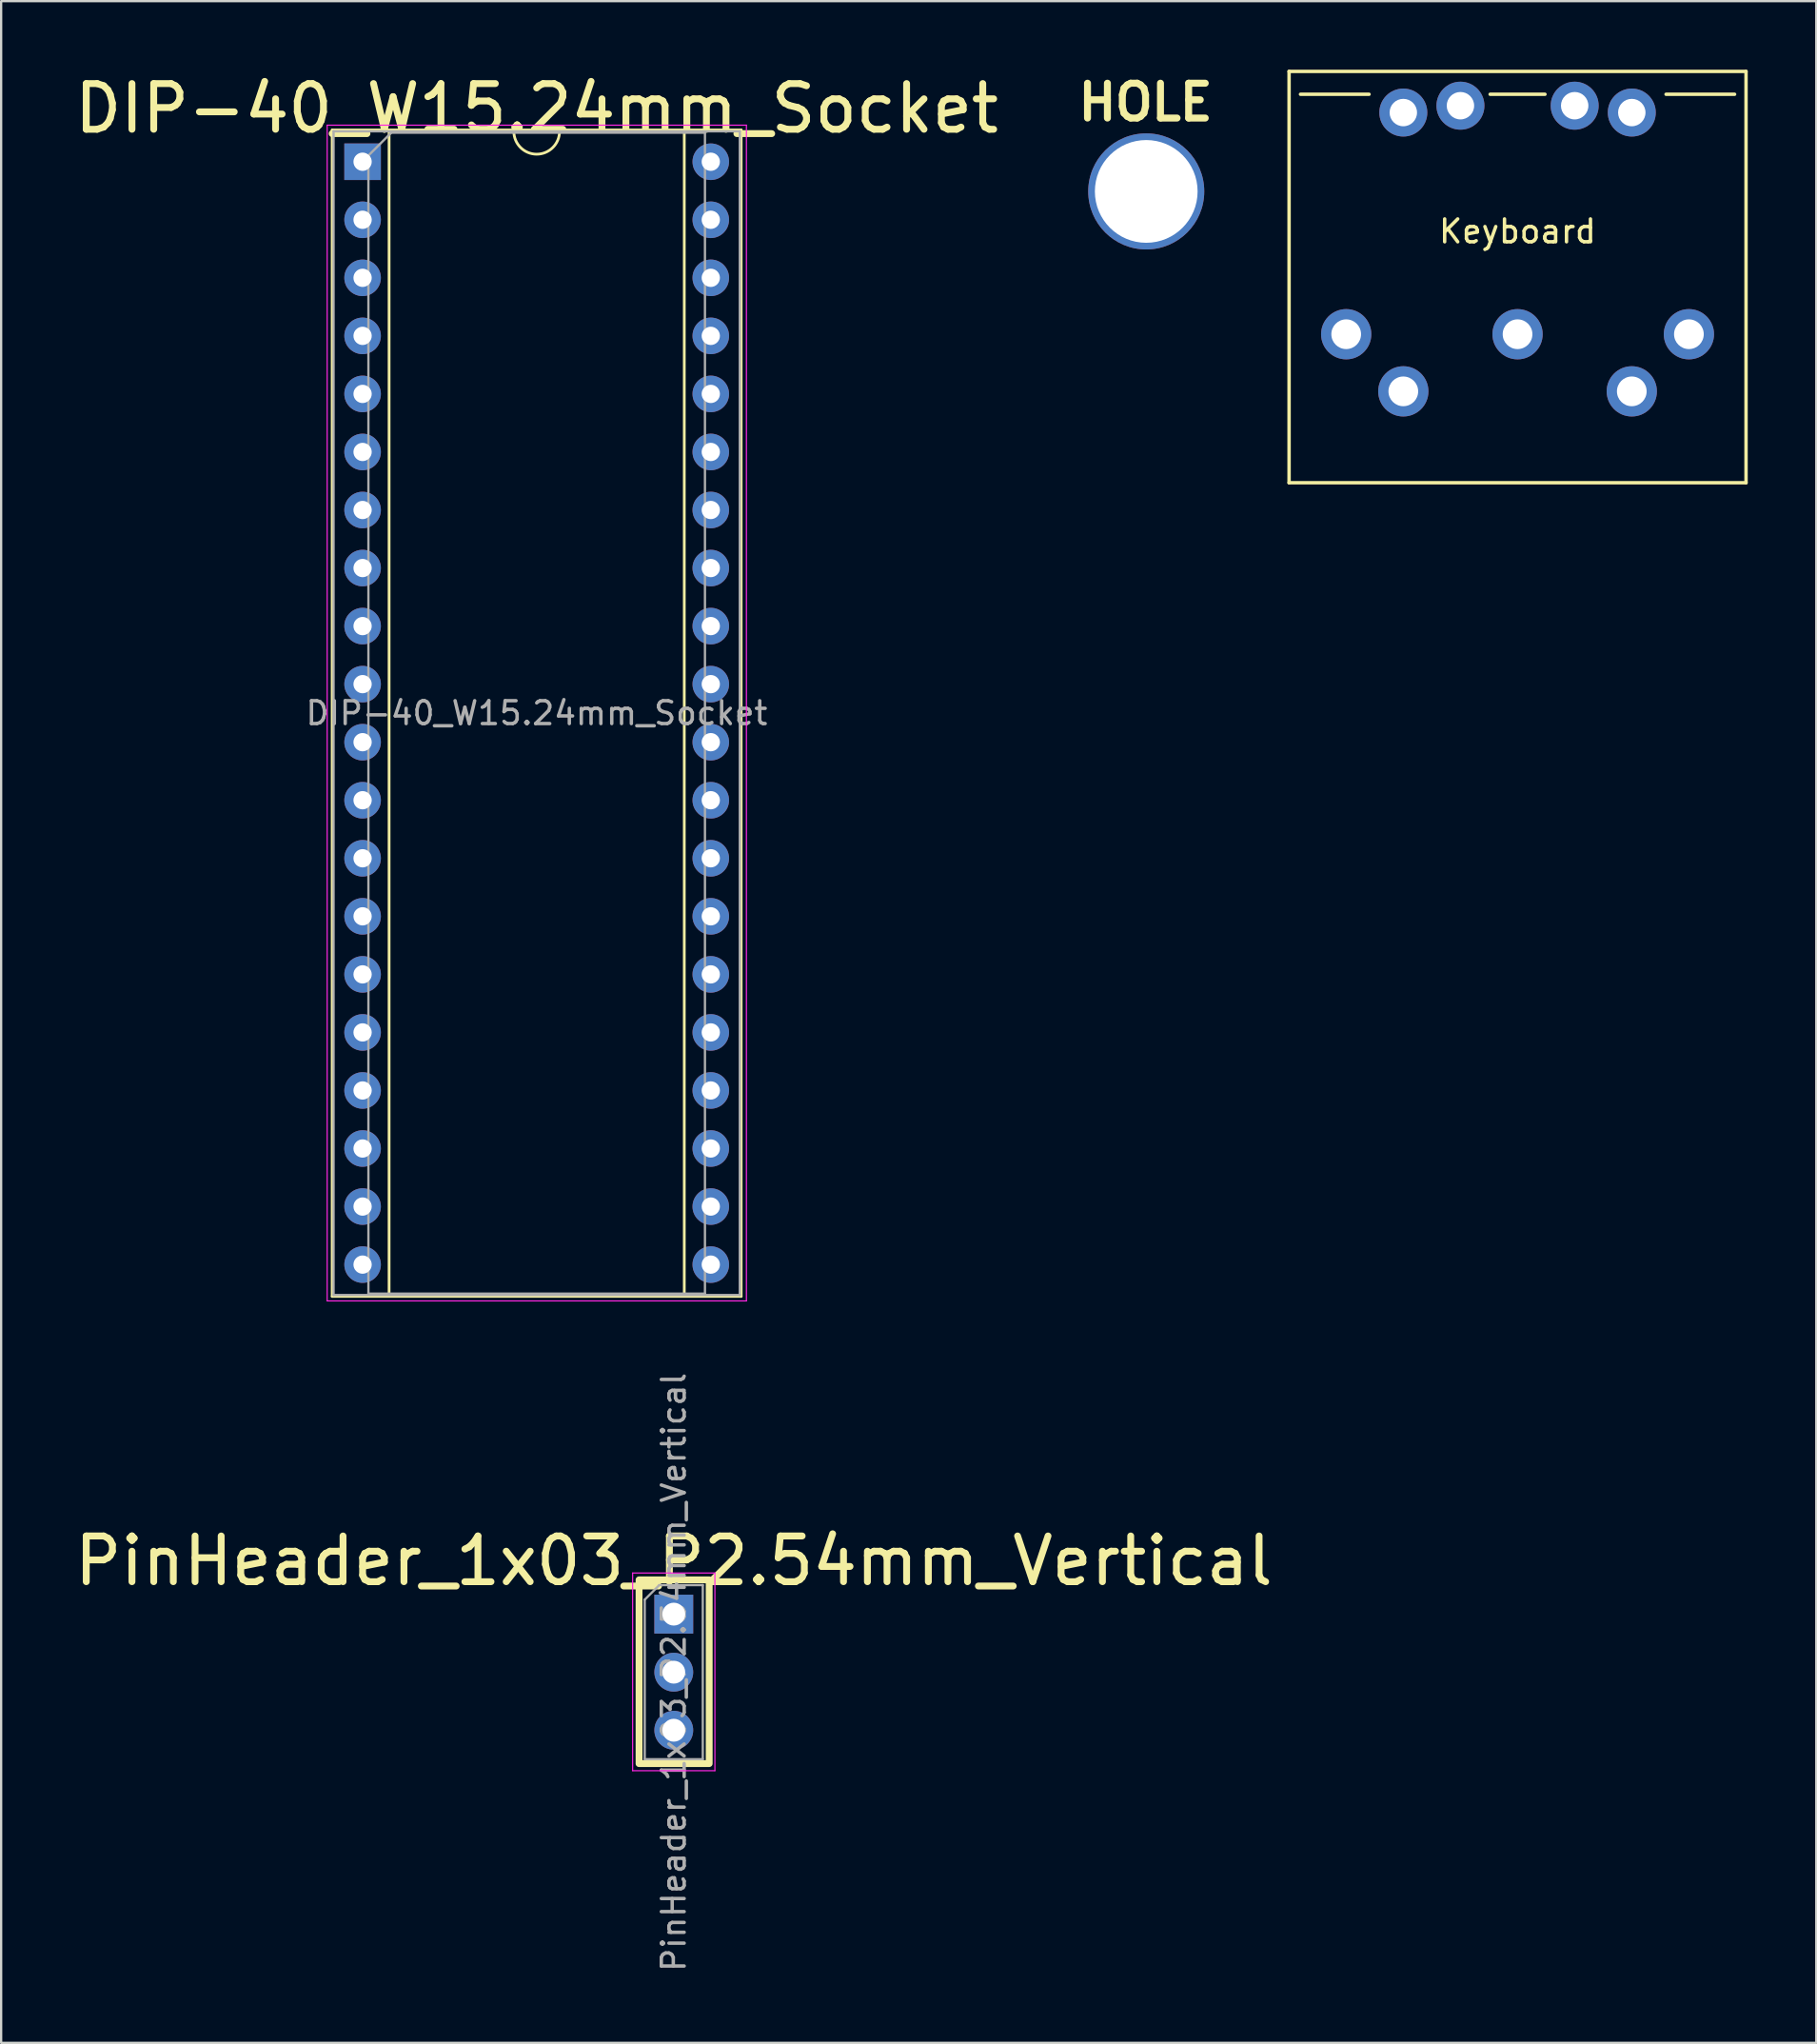
<source format=kicad_pcb>
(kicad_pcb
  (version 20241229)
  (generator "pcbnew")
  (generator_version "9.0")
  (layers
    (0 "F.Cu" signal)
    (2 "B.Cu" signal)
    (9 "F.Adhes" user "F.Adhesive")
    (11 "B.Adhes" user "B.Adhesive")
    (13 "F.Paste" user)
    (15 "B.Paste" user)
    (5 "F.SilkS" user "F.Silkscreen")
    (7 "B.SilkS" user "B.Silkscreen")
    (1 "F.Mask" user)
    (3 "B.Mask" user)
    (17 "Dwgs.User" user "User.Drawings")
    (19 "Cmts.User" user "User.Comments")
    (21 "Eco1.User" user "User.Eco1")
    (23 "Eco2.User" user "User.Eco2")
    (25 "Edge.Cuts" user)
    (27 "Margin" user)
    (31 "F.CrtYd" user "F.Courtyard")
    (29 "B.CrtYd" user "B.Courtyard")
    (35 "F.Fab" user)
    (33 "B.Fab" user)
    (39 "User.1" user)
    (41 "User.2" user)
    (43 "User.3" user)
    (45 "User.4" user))
  (footprint "PinHeader_1x03_P2.54mm_Vertical"
    (layer "F.Cu")
    (at 26.44 67.582)
    (property "Reference" "PinHeader_1x03_P2.54mm_Vertical" (at 0 -2.33 180) (layer "F.SilkS") (effects (font (size 2 2) (thickness 0.3))))
    (attr through_hole)
    (fp_rect (start 1.55 6.54) (end -1.52 -1.5) (stroke (width 0.3) (type default)) (fill no) (layer "F.SilkS"))
    (fp_line (start -1.8 -1.8) (end -1.8 6.85) (stroke (width 0.05) (type solid)) (layer "F.CrtYd"))
    (fp_line (start -1.8 6.85) (end 1.8 6.85) (stroke (width 0.05) (type solid)) (layer "F.CrtYd"))
    (fp_line (start 1.8 -1.8) (end -1.8 -1.8) (stroke (width 0.05) (type solid)) (layer "F.CrtYd"))
    (fp_line (start 1.8 6.85) (end 1.8 -1.8) (stroke (width 0.05) (type solid)) (layer "F.CrtYd"))
    (fp_line (start -1.27 -0.635) (end -0.635 -1.27) (stroke (width 0.1) (type solid)) (layer "F.Fab"))
    (fp_line (start -1.27 6.35) (end -1.27 -0.635) (stroke (width 0.1) (type solid)) (layer "F.Fab"))
    (fp_line (start -0.635 -1.27) (end 1.27 -1.27) (stroke (width 0.1) (type solid)) (layer "F.Fab"))
    (fp_line (start 1.27 -1.27) (end 1.27 6.35) (stroke (width 0.1) (type solid)) (layer "F.Fab"))
    (fp_line (start 1.27 6.35) (end -1.27 6.35) (stroke (width 0.1) (type solid)) (layer "F.Fab"))
    (fp_text user "${REFERENCE}" (at 0 2.54 270) (layer "F.Fab") (effects (font (size 1 1) (thickness 0.15))))
    (pad "1" thru_hole rect (at 0 0) (size 1.7 1.7) (drill 1) (layers "*.Cu" "*.Mask"))
    (pad "2" thru_hole oval (at 0 2.54) (size 1.7 1.7) (drill 1) (layers "*.Cu" "*.Mask"))
    (pad "3" thru_hole oval (at 0 5.08) (size 1.7 1.7) (drill 1) (layers "*.Cu" "*.Mask")))
  (footprint "HOLE"
    (layer "F.Cu")
    (at 47.119 5.326)
    (property "Reference" "HOLE" (at -0.03 -3.9 0) (layer "F.SilkS") (effects (font (size 1.524 1.524) (thickness 0.305))))
    (attr through_hole board_only)
    (pad "1" thru_hole circle (at 0 0) (size 5.08 5.08) (drill 4.496) (layers "*.Cu" "*.Mask")))
  (footprint "DIP-40_W15.24mm_Socket"
    (layer "F.Cu")
    (at 12.82 4.027)
    (property "Reference" "DIP-40_W15.24mm_Socket" (at 7.62 -2.33 0) (layer "F.SilkS") (effects (font (size 2 2) (thickness 0.3))))
    (attr through_hole)
    (fp_line (start -1.33 -1.39) (end -1.33 49.65) (stroke (width 0.12) (type solid)) (layer "F.SilkS"))
    (fp_line (start -1.33 49.65) (end 16.57 49.65) (stroke (width 0.12) (type solid)) (layer "F.SilkS"))
    (fp_line (start 1.16 -1.33) (end 1.16 49.59) (stroke (width 0.12) (type solid)) (layer "F.SilkS"))
    (fp_line (start 1.16 49.59) (end 14.08 49.59) (stroke (width 0.12) (type solid)) (layer "F.SilkS"))
    (fp_line (start 6.62 -1.33) (end 1.16 -1.33) (stroke (width 0.12) (type solid)) (layer "F.SilkS"))
    (fp_line (start 14.08 -1.33) (end 8.62 -1.33) (stroke (width 0.12) (type solid)) (layer "F.SilkS"))
    (fp_line (start 14.08 49.59) (end 14.08 -1.33) (stroke (width 0.12) (type solid)) (layer "F.SilkS"))
    (fp_line (start 16.57 -1.39) (end -1.33 -1.39) (stroke (width 0.12) (type solid)) (layer "F.SilkS"))
    (fp_line (start 16.57 49.65) (end 16.57 -1.39) (stroke (width 0.12) (type solid)) (layer "F.SilkS"))
    (fp_arc (start 8.62 -1.33) (mid 7.62 -0.33) (end 6.62 -1.33) (stroke (width 0.12) (type solid)) (layer "F.SilkS"))
    (fp_line (start -1.55 -1.6) (end -1.55 49.85) (stroke (width 0.05) (type solid)) (layer "F.CrtYd"))
    (fp_line (start -1.55 49.85) (end 16.8 49.85) (stroke (width 0.05) (type solid)) (layer "F.CrtYd"))
    (fp_line (start 16.8 -1.6) (end -1.55 -1.6) (stroke (width 0.05) (type solid)) (layer "F.CrtYd"))
    (fp_line (start 16.8 49.85) (end 16.8 -1.6) (stroke (width 0.05) (type solid)) (layer "F.CrtYd"))
    (fp_line (start -1.27 -1.33) (end -1.27 49.59) (stroke (width 0.1) (type solid)) (layer "F.Fab"))
    (fp_line (start -1.27 49.59) (end 16.51 49.59) (stroke (width 0.1) (type solid)) (layer "F.Fab"))
    (fp_line (start 0.255 -0.27) (end 1.255 -1.27) (stroke (width 0.1) (type solid)) (layer "F.Fab"))
    (fp_line (start 0.255 49.53) (end 0.255 -0.27) (stroke (width 0.1) (type solid)) (layer "F.Fab"))
    (fp_line (start 1.255 -1.27) (end 14.985 -1.27) (stroke (width 0.1) (type solid)) (layer "F.Fab"))
    (fp_line (start 14.985 -1.27) (end 14.985 49.53) (stroke (width 0.1) (type solid)) (layer "F.Fab"))
    (fp_line (start 14.985 49.53) (end 0.255 49.53) (stroke (width 0.1) (type solid)) (layer "F.Fab"))
    (fp_line (start 16.51 -1.33) (end -1.27 -1.33) (stroke (width 0.1) (type solid)) (layer "F.Fab"))
    (fp_line (start 16.51 49.59) (end 16.51 -1.33) (stroke (width 0.1) (type solid)) (layer "F.Fab"))
    (fp_text user "${REFERENCE}" (at 7.62 24.13 0) (layer "F.Fab") (effects (font (size 1 1) (thickness 0.15))))
    (pad "1" thru_hole rect (at 0 0) (size 1.6 1.6) (drill 0.8) (layers "*.Cu" "*.Mask"))
    (pad "2" thru_hole oval (at 0 2.54) (size 1.6 1.6) (drill 0.8) (layers "*.Cu" "*.Mask"))
    (pad "3" thru_hole oval (at 0 5.08) (size 1.6 1.6) (drill 0.8) (layers "*.Cu" "*.Mask"))
    (pad "4" thru_hole oval (at 0 7.62) (size 1.6 1.6) (drill 0.8) (layers "*.Cu" "*.Mask"))
    (pad "5" thru_hole oval (at 0 10.16) (size 1.6 1.6) (drill 0.8) (layers "*.Cu" "*.Mask"))
    (pad "6" thru_hole oval (at 0 12.7) (size 1.6 1.6) (drill 0.8) (layers "*.Cu" "*.Mask"))
    (pad "7" thru_hole oval (at 0 15.24) (size 1.6 1.6) (drill 0.8) (layers "*.Cu" "*.Mask"))
    (pad "8" thru_hole oval (at 0 17.78) (size 1.6 1.6) (drill 0.8) (layers "*.Cu" "*.Mask"))
    (pad "9" thru_hole oval (at 0 20.32) (size 1.6 1.6) (drill 0.8) (layers "*.Cu" "*.Mask"))
    (pad "10" thru_hole oval (at 0 22.86) (size 1.6 1.6) (drill 0.8) (layers "*.Cu" "*.Mask"))
    (pad "11" thru_hole oval (at 0 25.4) (size 1.6 1.6) (drill 0.8) (layers "*.Cu" "*.Mask"))
    (pad "12" thru_hole oval (at 0 27.94) (size 1.6 1.6) (drill 0.8) (layers "*.Cu" "*.Mask"))
    (pad "13" thru_hole oval (at 0 30.48) (size 1.6 1.6) (drill 0.8) (layers "*.Cu" "*.Mask"))
    (pad "14" thru_hole oval (at 0 33.02) (size 1.6 1.6) (drill 0.8) (layers "*.Cu" "*.Mask"))
    (pad "15" thru_hole oval (at 0 35.56) (size 1.6 1.6) (drill 0.8) (layers "*.Cu" "*.Mask"))
    (pad "16" thru_hole oval (at 0 38.1) (size 1.6 1.6) (drill 0.8) (layers "*.Cu" "*.Mask"))
    (pad "17" thru_hole oval (at 0 40.64) (size 1.6 1.6) (drill 0.8) (layers "*.Cu" "*.Mask"))
    (pad "18" thru_hole oval (at 0 43.18) (size 1.6 1.6) (drill 0.8) (layers "*.Cu" "*.Mask"))
    (pad "19" thru_hole oval (at 0 45.72) (size 1.6 1.6) (drill 0.8) (layers "*.Cu" "*.Mask"))
    (pad "20" thru_hole oval (at 0 48.26) (size 1.6 1.6) (drill 0.8) (layers "*.Cu" "*.Mask"))
    (pad "21" thru_hole oval (at 15.24 48.26) (size 1.6 1.6) (drill 0.8) (layers "*.Cu" "*.Mask"))
    (pad "22" thru_hole oval (at 15.24 45.72) (size 1.6 1.6) (drill 0.8) (layers "*.Cu" "*.Mask"))
    (pad "23" thru_hole oval (at 15.24 43.18) (size 1.6 1.6) (drill 0.8) (layers "*.Cu" "*.Mask"))
    (pad "24" thru_hole oval (at 15.24 40.64) (size 1.6 1.6) (drill 0.8) (layers "*.Cu" "*.Mask"))
    (pad "25" thru_hole oval (at 15.24 38.1) (size 1.6 1.6) (drill 0.8) (layers "*.Cu" "*.Mask"))
    (pad "26" thru_hole oval (at 15.24 35.56) (size 1.6 1.6) (drill 0.8) (layers "*.Cu" "*.Mask"))
    (pad "27" thru_hole oval (at 15.24 33.02) (size 1.6 1.6) (drill 0.8) (layers "*.Cu" "*.Mask"))
    (pad "28" thru_hole oval (at 15.24 30.48) (size 1.6 1.6) (drill 0.8) (layers "*.Cu" "*.Mask"))
    (pad "29" thru_hole oval (at 15.24 27.94) (size 1.6 1.6) (drill 0.8) (layers "*.Cu" "*.Mask"))
    (pad "30" thru_hole oval (at 15.24 25.4) (size 1.6 1.6) (drill 0.8) (layers "*.Cu" "*.Mask"))
    (pad "31" thru_hole oval (at 15.24 22.86) (size 1.6 1.6) (drill 0.8) (layers "*.Cu" "*.Mask"))
    (pad "32" thru_hole oval (at 15.24 20.32) (size 1.6 1.6) (drill 0.8) (layers "*.Cu" "*.Mask"))
    (pad "33" thru_hole oval (at 15.24 17.78) (size 1.6 1.6) (drill 0.8) (layers "*.Cu" "*.Mask"))
    (pad "34" thru_hole oval (at 15.24 15.24) (size 1.6 1.6) (drill 0.8) (layers "*.Cu" "*.Mask"))
    (pad "35" thru_hole oval (at 15.24 12.7) (size 1.6 1.6) (drill 0.8) (layers "*.Cu" "*.Mask"))
    (pad "36" thru_hole oval (at 15.24 10.16) (size 1.6 1.6) (drill 0.8) (layers "*.Cu" "*.Mask"))
    (pad "37" thru_hole oval (at 15.24 7.62) (size 1.6 1.6) (drill 0.8) (layers "*.Cu" "*.Mask"))
    (pad "38" thru_hole oval (at 15.24 5.08) (size 1.6 1.6) (drill 0.8) (layers "*.Cu" "*.Mask"))
    (pad "39" thru_hole oval (at 15.24 2.54) (size 1.6 1.6) (drill 0.8) (layers "*.Cu" "*.Mask"))
    (pad "40" thru_hole oval (at 15.24 0) (size 1.6 1.6) (drill 0.8) (layers "*.Cu" "*.Mask")))
  (footprint "Keyboard"
    (layer "F.Cu")
    (at 63.371 11.575)
    (property "Reference" "Keyboard" (at 0 -4.5 0) (layer "F.SilkS") (effects (font (size 1 1) (thickness 0.15))))
    (attr through_hole)
    (fp_line (start -10 -11.5) (end -10 6.5) (stroke (width 0.15) (type solid)) (layer "F.SilkS"))
    (fp_line (start -10 6.5) (end 10 6.5) (stroke (width 0.15) (type solid)) (layer "F.SilkS"))
    (fp_line (start -9.5 -10.5) (end -6.5 -10.5) (stroke (width 0.15) (type solid)) (layer "F.SilkS"))
    (fp_line (start -1.2 -10.5) (end 1.2 -10.5) (stroke (width 0.15) (type solid)) (layer "F.SilkS"))
    (fp_line (start 6.5 -10.5) (end 9.5 -10.5) (stroke (width 0.15) (type solid)) (layer "F.SilkS"))
    (fp_line (start 10 -11.5) (end -10 -11.5) (stroke (width 0.15) (type solid)) (layer "F.SilkS"))
    (fp_line (start 10 6.5) (end 10 -11.5) (stroke (width 0.15) (type solid)) (layer "F.SilkS"))
    (pad "" thru_hole circle (at -5 -9.7) (size 2.1 2.1) (drill 1.2) (layers "*.Cu" "*.Mask"))
    (pad "" thru_hole circle (at -2.5 -10) (size 2.1 2.1) (drill 1.2) (layers "*.Cu" "*.Mask"))
    (pad "" thru_hole circle (at 2.5 -10) (size 2.1 2.1) (drill 1.2) (layers "*.Cu" "*.Mask"))
    (pad "" thru_hole circle (at 5 -9.7) (size 2.1 2.1) (drill 1.2) (layers "*.Cu" "*.Mask"))
    (pad "1" thru_hole circle (at -7.5 0) (size 2.2 2.2) (drill 1.3) (layers "*.Cu" "*.Mask"))
    (pad "2" thru_hole circle (at 0 0) (size 2.2 2.2) (drill 1.3) (layers "*.Cu" "*.Mask"))
    (pad "3" thru_hole circle (at 7.5 0) (size 2.2 2.2) (drill 1.3) (layers "*.Cu" "*.Mask"))
    (pad "4" thru_hole circle (at -5 2.5) (size 2.2 2.2) (drill 1.3) (layers "*.Cu" "*.Mask"))
    (pad "5" thru_hole circle (at 5 2.5) (size 2.2 2.2) (drill 1.3) (layers "*.Cu" "*.Mask")))
  (gr_rect
    (start -3 -3)
    (end 76.446 86.342)
    (stroke (width 0.1) (type default))
    (fill no)
    (layer "Edge.Cuts")))
</source>
